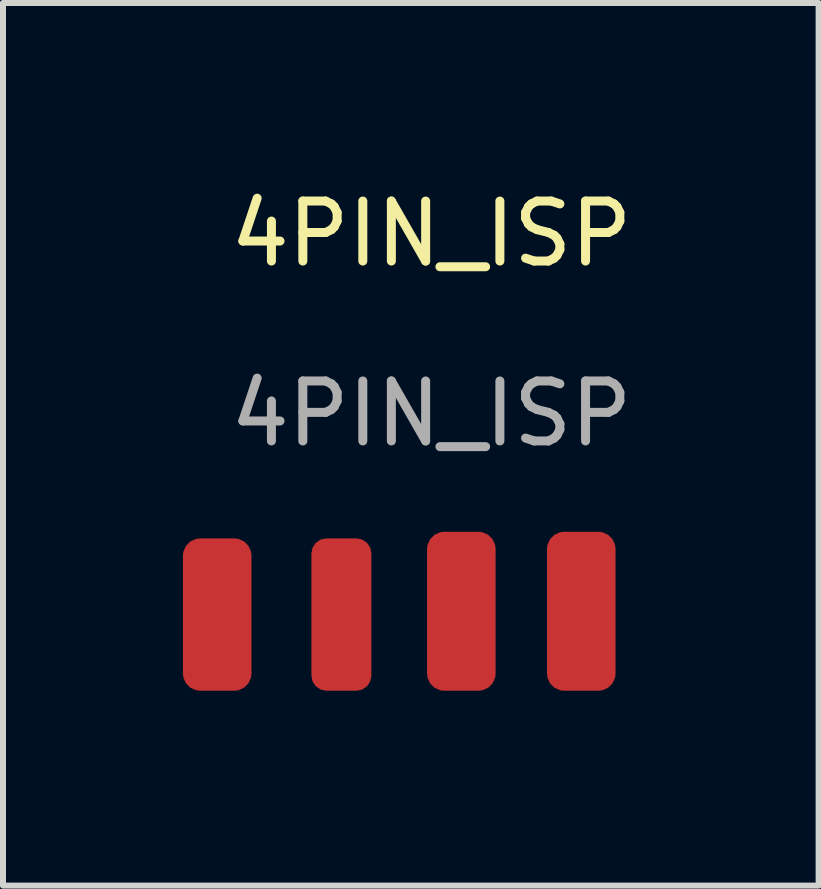
<source format=kicad_pcb>
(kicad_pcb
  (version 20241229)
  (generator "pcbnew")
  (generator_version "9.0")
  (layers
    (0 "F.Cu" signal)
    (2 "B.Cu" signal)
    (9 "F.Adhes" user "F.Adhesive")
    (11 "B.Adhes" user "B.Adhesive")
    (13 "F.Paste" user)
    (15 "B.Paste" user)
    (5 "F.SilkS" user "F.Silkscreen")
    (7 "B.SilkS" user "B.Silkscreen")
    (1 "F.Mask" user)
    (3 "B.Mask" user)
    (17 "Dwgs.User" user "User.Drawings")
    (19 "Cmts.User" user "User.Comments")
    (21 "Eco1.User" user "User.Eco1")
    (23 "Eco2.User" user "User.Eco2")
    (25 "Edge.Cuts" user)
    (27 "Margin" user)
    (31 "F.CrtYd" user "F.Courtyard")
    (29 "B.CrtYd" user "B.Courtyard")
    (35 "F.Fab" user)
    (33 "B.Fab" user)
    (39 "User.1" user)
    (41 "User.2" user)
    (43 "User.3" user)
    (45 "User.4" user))
  (footprint "4PIN_ISP"
    (layer "F.Cu")
    (at 4.143 8.468)
    (property "Reference" "4PIN_ISP" (at 0 -7.62 0) (unlocked yes) (layer "F.SilkS") (effects (font (size 1 1) (thickness 0.15))))
    (attr smd)
    (fp_text user "${REFERENCE}" (at 0 -4.62 0) (unlocked yes) (layer "F.Fab") (effects (font (size 1 1) (thickness 0.15))))
    (pad "1" smd roundrect (at -3.571 -1.27) (size 1.143 2.54) (layers "F.Cu" "F.Mask" "F.Paste") (roundrect_rratio 0.25))
    (pad "2" smd roundrect (at -1.5 -1.27) (size 1 2.54) (layers "F.Cu" "F.Mask" "F.Paste") (roundrect_rratio 0.25))
    (pad "3" smd roundrect (at 0.5 -1.325) (size 1.143 2.651) (layers "F.Cu" "F.Mask" "F.Paste") (roundrect_rratio 0.25))
    (pad "4" smd roundrect (at 2.5 -1.325) (size 1.143 2.651) (layers "F.Cu" "F.Mask" "F.Paste") (roundrect_rratio 0.25)))
  (gr_rect
    (start -3 -3)
    (end 10.601 11.718)
    (stroke (width 0.1) (type default))
    (fill no)
    (layer "Edge.Cuts")))
</source>
